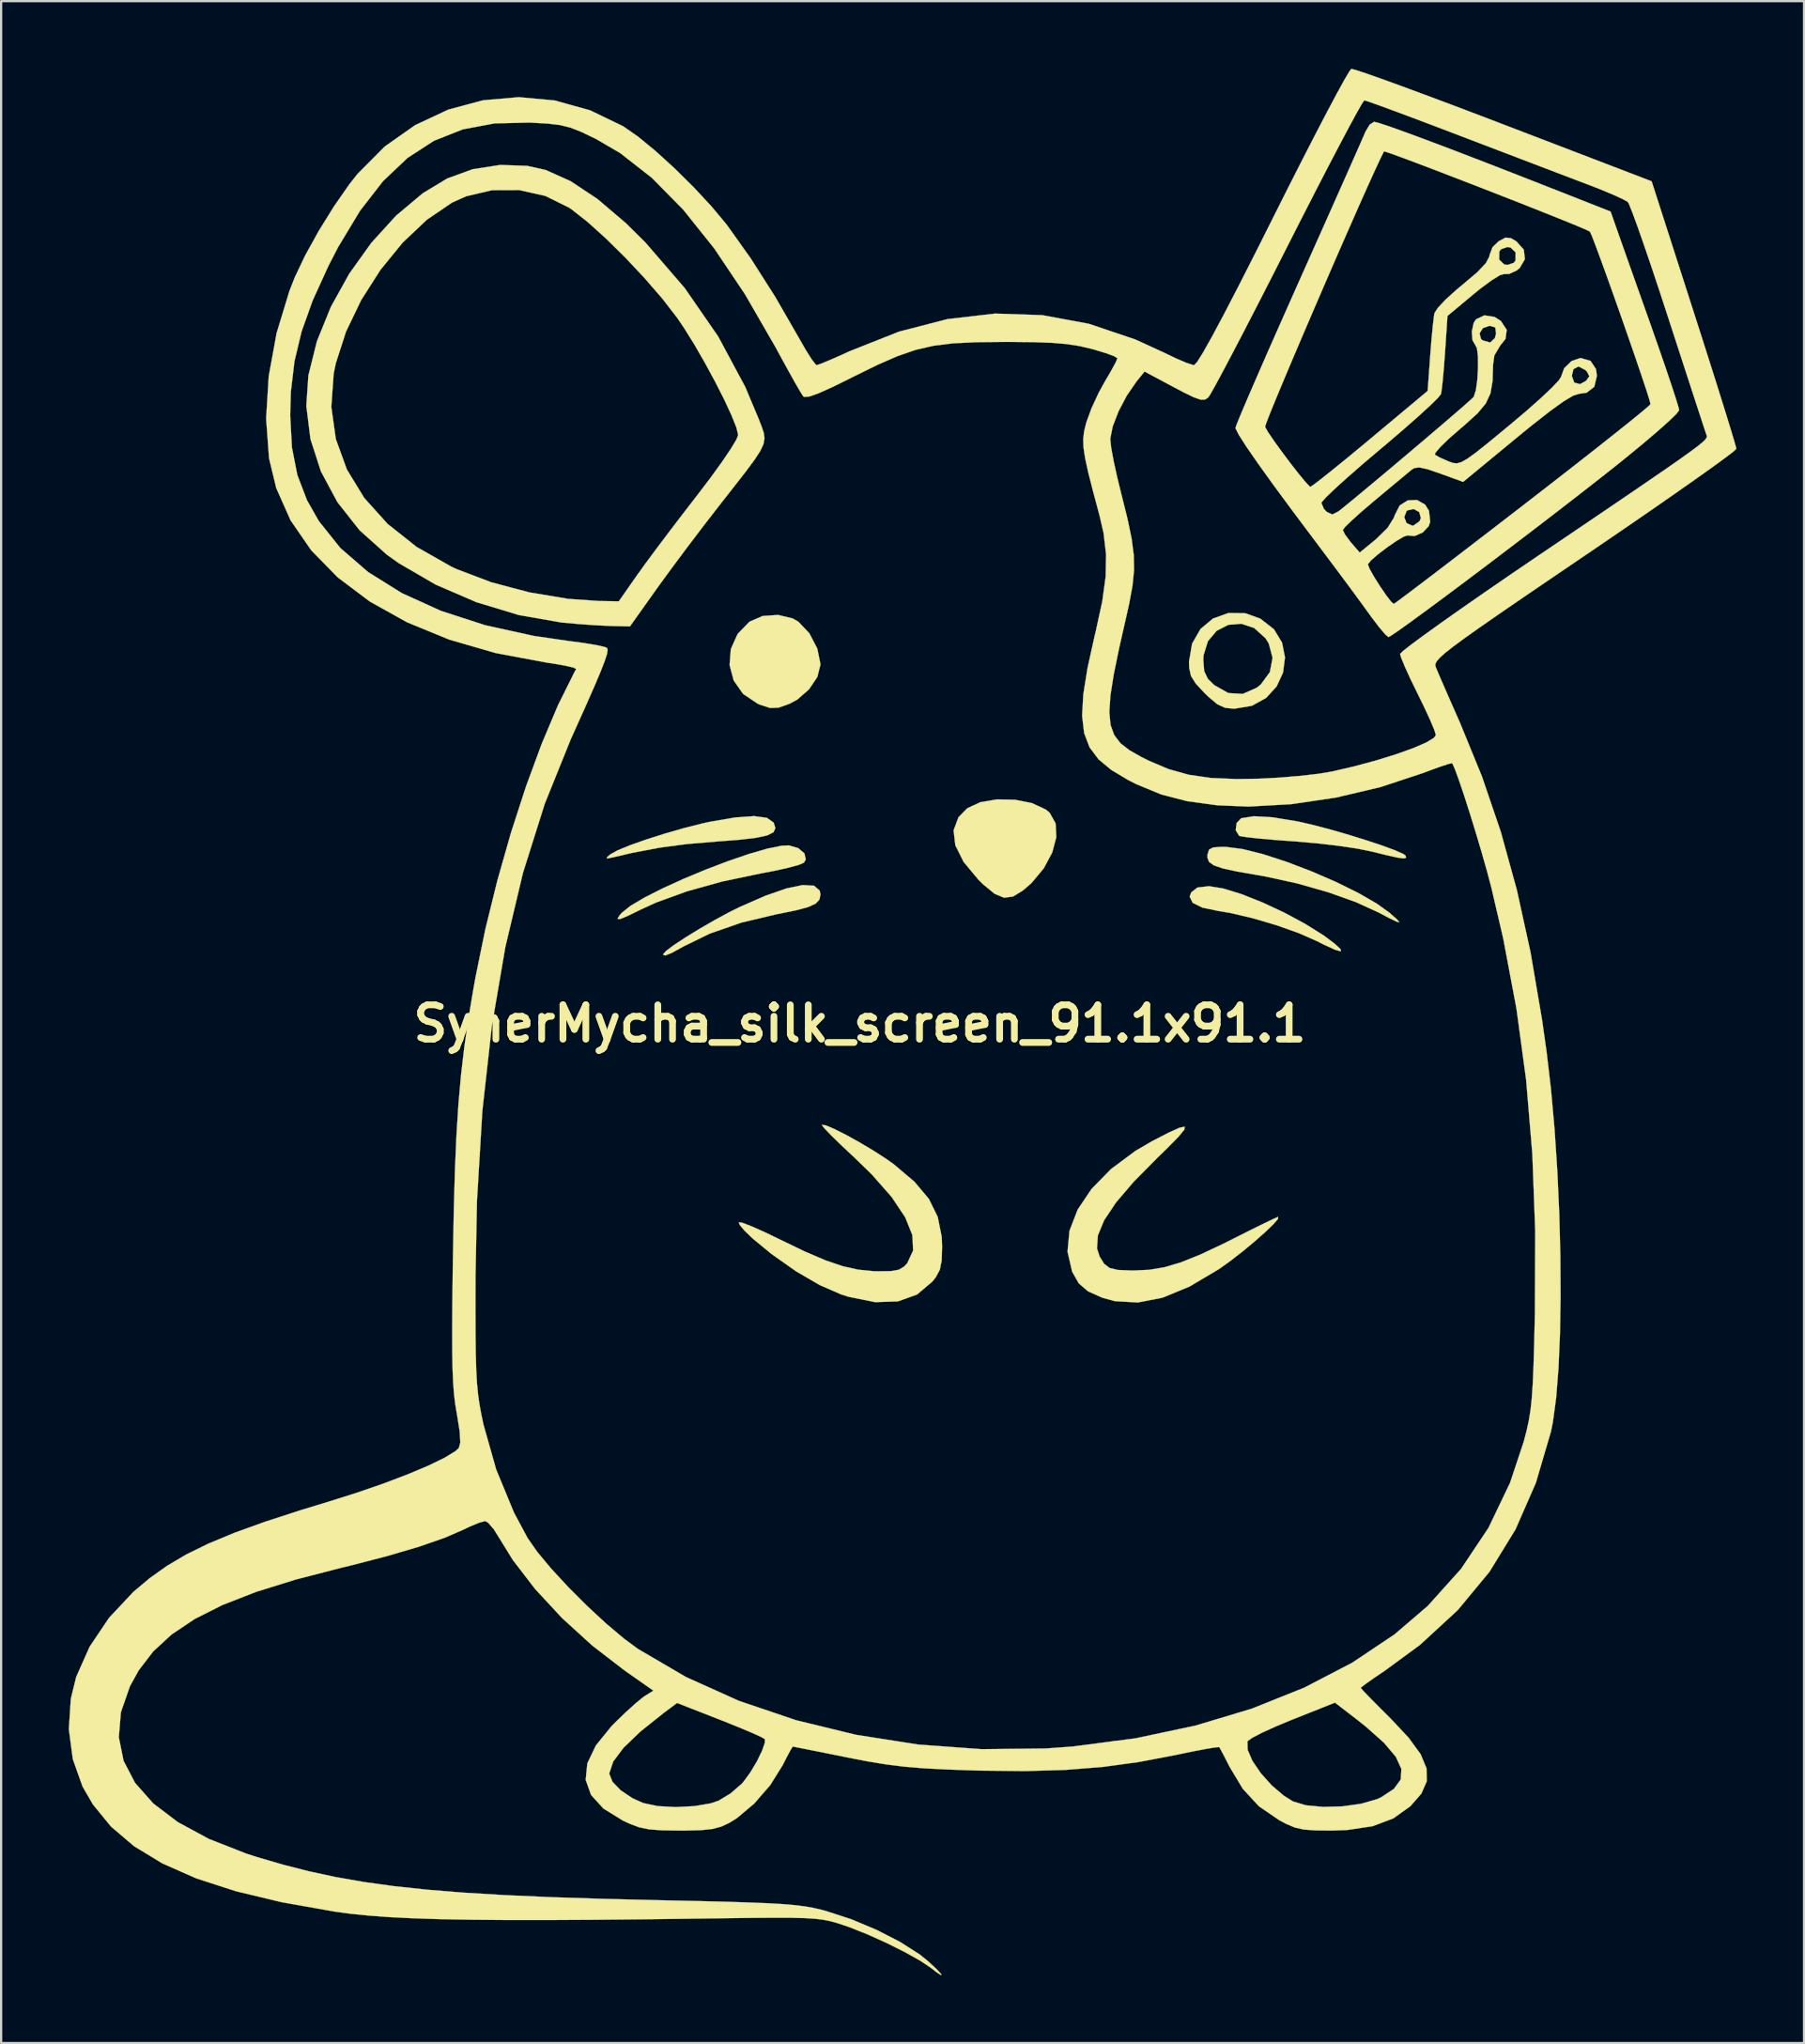
<source format=kicad_pcb>
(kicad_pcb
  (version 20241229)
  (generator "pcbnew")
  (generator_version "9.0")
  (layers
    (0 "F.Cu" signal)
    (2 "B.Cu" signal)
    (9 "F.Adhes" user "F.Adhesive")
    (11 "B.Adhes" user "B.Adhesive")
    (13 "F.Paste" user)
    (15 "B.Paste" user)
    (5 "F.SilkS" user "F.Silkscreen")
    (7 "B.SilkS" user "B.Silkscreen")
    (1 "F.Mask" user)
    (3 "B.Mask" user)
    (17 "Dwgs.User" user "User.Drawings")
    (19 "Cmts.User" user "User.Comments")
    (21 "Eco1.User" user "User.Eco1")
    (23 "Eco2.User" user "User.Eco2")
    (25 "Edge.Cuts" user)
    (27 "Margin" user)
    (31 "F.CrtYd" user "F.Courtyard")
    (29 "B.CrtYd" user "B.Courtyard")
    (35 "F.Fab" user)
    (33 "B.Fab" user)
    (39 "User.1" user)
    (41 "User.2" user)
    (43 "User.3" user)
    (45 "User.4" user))
  (footprint "SynerMycha_silk_screen_91.1x91.1"
    (layer "F.Cu")
    (at 35.099 42.358)
    (property "Reference" "SynerMycha_silk_screen_91.1x91.1" (at 0 0 0) (layer "F.SilkS") (effects (font (size 1.524 1.524) (thickness 0.3))))
    (attr through_hole)
    (fp_poly (pts (xy -2.979 -17.975) (xy -2.726 -17.83) (xy -2.238 -17.314) (xy -1.887 -16.639) (xy -1.747 -15.95) (xy -1.746 -15.927) (xy -1.885 -15.379) (xy -2.253 -14.83) (xy -2.776 -14.373) (xy -3.123 -14.187) (xy -3.605 -14.017) (xy -3.982 -14.004) (xy -4.425 -14.147) (xy -4.538 -14.196) (xy -5.179 -14.627) (xy -5.595 -15.22) (xy -5.778 -15.906) (xy -5.722 -16.619) (xy -5.42 -17.29) (xy -4.894 -17.831) (xy -4.312 -18.083) (xy -3.627 -18.13) (xy -2.979 -17.975)) (stroke (width 0.01) (type solid)) (fill yes) (layer "F.SilkS"))
    (fp_poly (pts (xy 6.89 -9.932) (xy 7.645 -9.781) (xy 8.251 -9.499) (xy 8.422 -9.358) (xy 8.687 -8.884) (xy 8.719 -8.276) (xy 8.539 -7.594) (xy 8.166 -6.896) (xy 7.622 -6.241) (xy 7.241 -5.91) (xy 6.802 -5.64) (xy 6.404 -5.585) (xy 5.982 -5.759) (xy 5.473 -6.178) (xy 5.258 -6.39) (xy 4.605 -7.176) (xy 4.238 -7.91) (xy 4.161 -8.575) (xy 4.377 -9.156) (xy 4.765 -9.552) (xy 5.346 -9.823) (xy 6.089 -9.948) (xy 6.89 -9.932)) (stroke (width 0.01) (type solid)) (fill yes) (layer "F.SilkS"))
    (fp_poly (pts (xy 15.499 -6.096) (xy 16.124 -5.996) (xy 16.934 -5.747) (xy 17.858 -5.38) (xy 18.822 -4.931) (xy 19.753 -4.431) (xy 20.577 -3.915) (xy 21.052 -3.561) (xy 21.332 -3.303) (xy 21.346 -3.207) (xy 21.101 -3.272) (xy 20.603 -3.498) (xy 20.289 -3.657) (xy 19.483 -4.013) (xy 18.487 -4.367) (xy 17.423 -4.68) (xy 16.416 -4.914) (xy 15.927 -4.995) (xy 15.198 -5.147) (xy 14.766 -5.362) (xy 14.636 -5.636) (xy 14.705 -5.825) (xy 14.981 -6.038) (xy 15.479 -6.096) (xy 15.499 -6.096)) (stroke (width 0.01) (type solid)) (fill yes) (layer "F.SilkS"))
    (fp_poly (pts (xy -4.125 -9.131) (xy -3.829 -8.924) (xy -3.819 -8.907) (xy -3.745 -8.672) (xy -3.831 -8.49) (xy -4.108 -8.35) (xy -4.608 -8.242) (xy -5.366 -8.154) (xy -6.261 -8.086) (xy -7.661 -7.968) (xy -8.894 -7.805) (xy -10.11 -7.573) (xy -10.954 -7.376) (xy -11.221 -7.323) (xy -11.211 -7.388) (xy -11.067 -7.511) (xy -10.75 -7.687) (xy -10.193 -7.915) (xy -9.468 -8.171) (xy -8.644 -8.433) (xy -7.792 -8.677) (xy -6.981 -8.882) (xy -6.635 -8.957) (xy -5.52 -9.148) (xy -4.686 -9.206) (xy -4.125 -9.131)) (stroke (width 0.01) (type solid)) (fill yes) (layer "F.SilkS"))
    (fp_poly (pts (xy -2.031 -6.117) (xy -1.779 -5.903) (xy -1.746 -5.726) (xy -1.791 -5.502) (xy -1.957 -5.325) (xy -2.292 -5.173) (xy -2.843 -5.025) (xy -3.659 -4.859) (xy -3.711 -4.849) (xy -5.25 -4.483) (xy -6.659 -3.993) (xy -7.83 -3.421) (xy -8.347 -3.136) (xy -8.636 -3.021) (xy -8.731 -3.066) (xy -8.731 -3.073) (xy -8.601 -3.222) (xy -8.249 -3.485) (xy -7.734 -3.825) (xy -7.114 -4.205) (xy -6.448 -4.59) (xy -5.794 -4.944) (xy -5.349 -5.165) (xy -4.195 -5.671) (xy -3.25 -6) (xy -2.525 -6.149) (xy -2.031 -6.117)) (stroke (width 0.01) (type solid)) (fill yes) (layer "F.SilkS"))
    (fp_poly (pts (xy -2.727 -7.783) (xy -2.457 -7.55) (xy -2.396 -7.282) (xy -2.479 -7.141) (xy -2.697 -7.046) (xy -3.158 -6.919) (xy -3.79 -6.778) (xy -4.419 -6.658) (xy -6.11 -6.304) (xy -7.674 -5.868) (xy -9.039 -5.373) (xy -9.719 -5.061) (xy -10.305 -4.775) (xy -10.64 -4.639) (xy -10.751 -4.649) (xy -10.662 -4.8) (xy -10.563 -4.915) (xy -10.179 -5.223) (xy -9.555 -5.593) (xy -8.749 -6.001) (xy -7.823 -6.422) (xy -6.835 -6.834) (xy -5.845 -7.211) (xy -4.913 -7.529) (xy -4.099 -7.765) (xy -3.463 -7.894) (xy -3.145 -7.907) (xy -2.727 -7.783)) (stroke (width 0.01) (type solid)) (fill yes) (layer "F.SilkS"))
    (fp_poly (pts (xy 16.272 -7.838) (xy 16.984 -7.745) (xy 17.896 -7.516) (xy 18.936 -7.178) (xy 20.032 -6.76) (xy 21.113 -6.292) (xy 22.108 -5.803) (xy 22.945 -5.32) (xy 23.495 -4.923) (xy 23.827 -4.633) (xy 23.943 -4.499) (xy 23.827 -4.52) (xy 23.462 -4.696) (xy 23.019 -4.93) (xy 22.008 -5.392) (xy 20.774 -5.831) (xy 19.413 -6.218) (xy 18.02 -6.524) (xy 17.621 -6.594) (xy 16.726 -6.75) (xy 16.102 -6.886) (xy 15.706 -7.023) (xy 15.494 -7.176) (xy 15.422 -7.366) (xy 15.429 -7.512) (xy 15.496 -7.718) (xy 15.675 -7.817) (xy 16.053 -7.842) (xy 16.272 -7.838)) (stroke (width 0.01) (type solid)) (fill yes) (layer "F.SilkS"))
    (fp_poly (pts (xy 18.308 -9.154) (xy 19.417 -8.972) (xy 19.493 -8.956) (xy 20.155 -8.803) (xy 20.921 -8.6) (xy 21.728 -8.366) (xy 22.514 -8.121) (xy 23.217 -7.886) (xy 23.776 -7.678) (xy 24.127 -7.52) (xy 24.213 -7.455) (xy 24.239 -7.36) (xy 24.132 -7.329) (xy 23.847 -7.367) (xy 23.34 -7.48) (xy 22.701 -7.638) (xy 22.083 -7.763) (xy 21.252 -7.887) (xy 20.31 -7.997) (xy 19.361 -8.08) (xy 19.248 -8.088) (xy 18.426 -8.148) (xy 17.714 -8.211) (xy 17.174 -8.27) (xy 16.868 -8.32) (xy 16.827 -8.335) (xy 16.679 -8.58) (xy 16.717 -8.896) (xy 16.919 -9.111) (xy 16.92 -9.111) (xy 17.474 -9.201) (xy 18.308 -9.154)) (stroke (width 0.01) (type solid)) (fill yes) (layer "F.SilkS"))
    (fp_poly (pts (xy 17.105 -18.205) (xy 17.77 -17.966) (xy 18.377 -17.493) (xy 18.736 -16.899) (xy 18.865 -16.241) (xy 18.779 -15.575) (xy 18.495 -14.959) (xy 18.029 -14.449) (xy 17.397 -14.1) (xy 16.617 -13.97) (xy 16.611 -13.97) (xy 16.211 -14.009) (xy 15.868 -14.164) (xy 15.474 -14.492) (xy 15.298 -14.663) (xy 14.902 -15.089) (xy 14.693 -15.425) (xy 14.614 -15.784) (xy 14.606 -16.053) (xy 14.62 -16.134) (xy 15.24 -16.134) (xy 15.28 -15.635) (xy 15.446 -15.292) (xy 15.728 -15.016) (xy 16.351 -14.665) (xy 16.99 -14.627) (xy 17.612 -14.901) (xy 17.792 -15.046) (xy 18.194 -15.595) (xy 18.314 -16.227) (xy 18.145 -16.863) (xy 18 -17.095) (xy 17.499 -17.549) (xy 16.927 -17.74) (xy 16.35 -17.691) (xy 15.834 -17.426) (xy 15.445 -16.967) (xy 15.251 -16.338) (xy 15.24 -16.134) (xy 14.62 -16.134) (xy 14.743 -16.857) (xy 15.117 -17.508) (xy 15.672 -17.972) (xy 16.353 -18.215) (xy 17.105 -18.205)) (stroke (width 0.01) (type solid)) (fill yes) (layer "F.SilkS"))
    (fp_poly (pts (xy 14.398 4.703) (xy 14.134 5.024) (xy 13.626 5.54) (xy 13.209 5.945) (xy 12.156 7.01) (xy 11.369 7.931) (xy 10.84 8.723) (xy 10.561 9.399) (xy 10.524 9.975) (xy 10.644 10.339) (xy 10.843 10.655) (xy 11.084 10.839) (xy 11.453 10.926) (xy 12.037 10.951) (xy 12.155 10.951) (xy 12.842 10.919) (xy 13.518 10.805) (xy 14.245 10.59) (xy 15.088 10.252) (xy 16.109 9.772) (xy 16.604 9.524) (xy 17.304 9.172) (xy 17.898 8.879) (xy 18.33 8.671) (xy 18.547 8.576) (xy 18.56 8.572) (xy 18.555 8.662) (xy 18.346 8.903) (xy 17.982 9.252) (xy 17.511 9.668) (xy 16.981 10.107) (xy 16.439 10.528) (xy 15.935 10.888) (xy 15.923 10.896) (xy 14.62 11.667) (xy 13.432 12.156) (xy 12.338 12.369) (xy 11.315 12.31) (xy 10.754 12.156) (xy 10.124 11.873) (xy 9.714 11.52) (xy 9.426 11.011) (xy 9.421 10.999) (xy 9.216 10.114) (xy 9.303 9.188) (xy 9.665 8.25) (xy 10.285 7.328) (xy 11.145 6.45) (xy 12.228 5.645) (xy 12.963 5.216) (xy 13.701 4.835) (xy 14.184 4.617) (xy 14.415 4.57) (xy 14.398 4.703)) (stroke (width 0.01) (type solid)) (fill yes) (layer "F.SilkS"))
    (fp_poly (pts (xy -1.505 4.513) (xy -1.123 4.675) (xy -0.601 4.939) (xy -0.002 5.271) (xy 0.61 5.636) (xy 1.173 5.999) (xy 1.508 6.237) (xy 2.426 7.014) (xy 3.065 7.775) (xy 3.457 8.572) (xy 3.634 9.46) (xy 3.651 9.902) (xy 3.632 10.507) (xy 3.551 10.915) (xy 3.376 11.243) (xy 3.222 11.439) (xy 2.541 12.015) (xy 1.694 12.32) (xy 0.682 12.354) (xy -0.495 12.117) (xy -0.835 12.009) (xy -1.779 11.597) (xy -2.833 10.984) (xy -3.916 10.22) (xy -4.756 9.529) (xy -5.116 9.183) (xy -5.334 8.919) (xy -5.368 8.808) (xy -5.198 8.837) (xy -4.803 8.989) (xy -4.243 9.238) (xy -3.575 9.559) (xy -3.549 9.572) (xy -2.434 10.11) (xy -1.524 10.499) (xy -0.757 10.76) (xy -0.071 10.913) (xy 0.599 10.98) (xy 0.809 10.985) (xy 1.381 10.977) (xy 1.737 10.914) (xy 1.974 10.768) (xy 2.108 10.621) (xy 2.365 10.063) (xy 2.333 9.385) (xy 2.015 8.593) (xy 1.415 7.693) (xy 0.534 6.692) (xy -0.259 5.921) (xy -0.814 5.402) (xy -1.264 4.964) (xy -1.568 4.647) (xy -1.685 4.495) (xy -1.684 4.488) (xy -1.505 4.513)) (stroke (width 0.01) (type solid)) (fill yes) (layer "F.SilkS"))
    (fp_poly (pts (xy -14.757 -38.051) (xy -13.936 -37.867) (xy -12.831 -37.371) (xy -11.639 -36.581) (xy -10.371 -35.501) (xy -9.507 -34.645) (xy -7.768 -32.629) (xy -6.286 -30.485) (xy -5.084 -28.247) (xy -4.497 -26.849) (xy -4.359 -26.496) (xy -4.263 -26.215) (xy -4.228 -25.968) (xy -4.273 -25.711) (xy -4.416 -25.404) (xy -4.677 -25.004) (xy -5.073 -24.471) (xy -5.624 -23.764) (xy -6.271 -22.939) (xy -6.936 -22.079) (xy -7.645 -21.146) (xy -8.323 -20.236) (xy -8.899 -19.449) (xy -9.042 -19.248) (xy -10.199 -17.621) (xy -11.092 -17.642) (xy -11.71 -17.671) (xy -12.478 -17.726) (xy -13.235 -17.795) (xy -13.254 -17.797) (xy -15.124 -18.124) (xy -17.01 -18.695) (xy -18.819 -19.475) (xy -20.461 -20.429) (xy -20.987 -20.804) (xy -22.197 -21.888) (xy -23.176 -23.13) (xy -23.908 -24.491) (xy -24.374 -25.93) (xy -24.552 -27.356) (xy -23.449 -27.356) (xy -23.249 -25.934) (xy -22.758 -24.581) (xy -21.988 -23.32) (xy -20.953 -22.169) (xy -19.665 -21.148) (xy -18.135 -20.278) (xy -17.878 -20.158) (xy -16.351 -19.579) (xy -14.658 -19.13) (xy -12.934 -18.843) (xy -11.578 -18.748) (xy -10.695 -18.733) (xy -9.89 -19.883) (xy -9.523 -20.394) (xy -9.01 -21.086) (xy -8.402 -21.893) (xy -7.75 -22.746) (xy -7.241 -23.404) (xy -6.637 -24.198) (xy -6.122 -24.909) (xy -5.725 -25.496) (xy -5.474 -25.915) (xy -5.397 -26.114) (xy -5.477 -26.446) (xy -5.694 -26.989) (xy -6.018 -27.687) (xy -6.421 -28.479) (xy -6.871 -29.31) (xy -7.338 -30.12) (xy -7.793 -30.852) (xy -8.106 -31.313) (xy -8.753 -32.15) (xy -9.538 -33.058) (xy -10.398 -33.974) (xy -11.27 -34.834) (xy -12.092 -35.574) (xy -12.801 -36.13) (xy -12.899 -36.196) (xy -13.952 -36.717) (xy -15.115 -36.976) (xy -16.314 -36.972) (xy -17.472 -36.7) (xy -18.092 -36.421) (xy -19.212 -35.659) (xy -20.286 -34.642) (xy -21.271 -33.434) (xy -22.122 -32.099) (xy -22.796 -30.698) (xy -23.249 -29.296) (xy -23.345 -28.83) (xy -23.449 -27.356) (xy -24.552 -27.356) (xy -24.558 -27.409) (xy -24.466 -28.754) (xy -24.087 -30.272) (xy -23.469 -31.795) (xy -22.652 -33.268) (xy -21.674 -34.635) (xy -20.574 -35.843) (xy -19.39 -36.836) (xy -18.307 -37.491) (xy -17.177 -37.901) (xy -15.958 -38.091) (xy -14.757 -38.051)) (stroke (width 0.01) (type solid)) (fill yes) (layer "F.SilkS"))
    (fp_poly (pts (xy 23.05 -39.947) (xy 23.554 -39.779) (xy 24.308 -39.508) (xy 25.289 -39.144) (xy 26.475 -38.695) (xy 27.844 -38.168) (xy 29.373 -37.573) (xy 30.507 -37.128) (xy 33.312 -36.024) (xy 33.547 -35.355) (xy 33.666 -35.017) (xy 33.873 -34.431) (xy 34.15 -33.649) (xy 34.479 -32.721) (xy 34.841 -31.7) (xy 35.068 -31.062) (xy 35.426 -30.041) (xy 35.747 -29.113) (xy 36.014 -28.322) (xy 36.213 -27.711) (xy 36.329 -27.324) (xy 36.354 -27.212) (xy 36.235 -27.052) (xy 35.901 -26.727) (xy 35.389 -26.271) (xy 34.733 -25.714) (xy 33.971 -25.088) (xy 33.619 -24.805) (xy 32.83 -24.181) (xy 31.928 -23.477) (xy 30.944 -22.716) (xy 29.91 -21.922) (xy 28.855 -21.118) (xy 27.813 -20.328) (xy 26.813 -19.575) (xy 25.886 -18.883) (xy 25.065 -18.276) (xy 24.38 -17.776) (xy 23.862 -17.407) (xy 23.543 -17.192) (xy 23.454 -17.147) (xy 23.313 -17.266) (xy 23.042 -17.586) (xy 22.694 -18.044) (xy 22.581 -18.2) (xy 22.22 -18.698) (xy 21.721 -19.377) (xy 21.136 -20.163) (xy 20.52 -20.985) (xy 20.197 -21.415) (xy 19.199 -22.746) (xy 18.353 -23.893) (xy 17.67 -24.844) (xy 17.157 -25.586) (xy 16.822 -26.108) (xy 16.675 -26.397) (xy 16.669 -26.432) (xy 16.683 -26.472) (xy 17.981 -26.472) (xy 17.982 -26.47) (xy 18.116 -26.235) (xy 18.383 -25.843) (xy 18.733 -25.359) (xy 19.115 -24.85) (xy 19.481 -24.381) (xy 19.781 -24.018) (xy 19.964 -23.827) (xy 19.991 -23.812) (xy 20.14 -23.91) (xy 20.494 -24.182) (xy 21.016 -24.598) (xy 21.669 -25.129) (xy 22.414 -25.745) (xy 22.648 -25.94) (xy 25.195 -28.068) (xy 25.308 -29.631) (xy 25.364 -30.338) (xy 25.423 -30.953) (xy 25.475 -31.389) (xy 25.499 -31.522) (xy 25.653 -31.76) (xy 26 -32.128) (xy 26.48 -32.562) (xy 26.758 -32.792) (xy 27.394 -33.331) (xy 27.778 -33.736) (xy 27.859 -33.891) (xy 28.368 -33.891) (xy 28.592 -33.678) (xy 28.738 -33.655) (xy 29.016 -33.75) (xy 29.094 -33.853) (xy 29.099 -34.212) (xy 28.875 -34.426) (xy 28.73 -34.449) (xy 28.452 -34.354) (xy 28.373 -34.25) (xy 28.368 -33.891) (xy 27.859 -33.891) (xy 27.933 -34.031) (xy 27.939 -34.088) (xy 28.07 -34.44) (xy 28.337 -34.701) (xy 28.648 -34.869) (xy 28.892 -34.842) (xy 29.131 -34.701) (xy 29.46 -34.336) (xy 29.509 -33.911) (xy 29.278 -33.517) (xy 29.138 -33.407) (xy 28.808 -33.254) (xy 28.585 -33.252) (xy 28.401 -33.2) (xy 28.04 -32.978) (xy 27.561 -32.626) (xy 27.248 -32.372) (xy 26.073 -31.392) (xy 25.966 -29.785) (xy 25.913 -29.08) (xy 25.858 -28.477) (xy 25.809 -28.058) (xy 25.785 -27.924) (xy 25.645 -27.751) (xy 25.298 -27.41) (xy 24.778 -26.935) (xy 24.124 -26.359) (xy 23.372 -25.716) (xy 23.095 -25.484) (xy 22.323 -24.83) (xy 21.642 -24.236) (xy 21.086 -23.733) (xy 20.692 -23.355) (xy 20.495 -23.133) (xy 20.479 -23.098) (xy 20.59 -22.837) (xy 20.717 -22.701) (xy 20.965 -22.586) (xy 21.233 -22.721) (xy 21.6 -23.015) (xy 22.124 -23.446) (xy 22.765 -23.98) (xy 23.483 -24.58) (xy 24.236 -25.215) (xy 24.985 -25.849) (xy 25.689 -26.448) (xy 26.307 -26.978) (xy 26.799 -27.404) (xy 27.124 -27.693) (xy 27.241 -27.807) (xy 27.334 -28.098) (xy 27.398 -28.562) (xy 27.43 -29.094) (xy 27.426 -29.593) (xy 27.383 -29.954) (xy 27.325 -30.071) (xy 27.184 -30.316) (xy 27.161 -30.619) (xy 27.497 -30.619) (xy 27.564 -30.371) (xy 27.639 -30.308) (xy 27.968 -30.214) (xy 28.177 -30.41) (xy 28.229 -30.611) (xy 28.195 -30.884) (xy 27.946 -30.956) (xy 27.643 -30.852) (xy 27.497 -30.619) (xy 27.161 -30.619) (xy 27.155 -30.704) (xy 27.237 -31.084) (xy 27.337 -31.242) (xy 27.714 -31.419) (xy 28.163 -31.35) (xy 28.443 -31.17) (xy 28.703 -30.777) (xy 28.648 -30.371) (xy 28.416 -30.083) (xy 28.153 -29.64) (xy 28.097 -29.225) (xy 28.074 -28.502) (xy 27.981 -27.959) (xy 27.774 -27.511) (xy 27.409 -27.073) (xy 26.843 -26.559) (xy 26.644 -26.39) (xy 26.137 -25.948) (xy 25.754 -25.576) (xy 25.539 -25.322) (xy 25.516 -25.238) (xy 25.738 -25.112) (xy 26.111 -24.947) (xy 26.14 -24.936) (xy 26.323 -24.871) (xy 26.493 -24.854) (xy 26.691 -24.909) (xy 26.957 -25.059) (xy 27.331 -25.33) (xy 27.854 -25.746) (xy 28.566 -26.332) (xy 28.878 -26.59) (xy 29.591 -27.193) (xy 30.211 -27.743) (xy 30.697 -28.201) (xy 31.011 -28.532) (xy 31.115 -28.694) (xy 31.131 -28.738) (xy 31.591 -28.738) (xy 31.699 -28.437) (xy 31.958 -28.368) (xy 32.221 -28.515) (xy 32.368 -28.715) (xy 32.271 -28.912) (xy 32.196 -28.991) (xy 31.891 -29.153) (xy 31.664 -29.033) (xy 31.591 -28.738) (xy 31.131 -28.738) (xy 31.251 -29.073) (xy 31.577 -29.391) (xy 31.971 -29.527) (xy 31.981 -29.527) (xy 32.423 -29.399) (xy 32.664 -29.035) (xy 32.703 -28.734) (xy 32.588 -28.249) (xy 32.248 -27.987) (xy 31.914 -27.94) (xy 31.655 -27.859) (xy 31.231 -27.607) (xy 30.625 -27.171) (xy 29.818 -26.54) (xy 29.139 -25.986) (xy 26.77 -24.032) (xy 25.746 -24.404) (xy 25.181 -24.596) (xy 24.826 -24.673) (xy 24.6 -24.645) (xy 24.466 -24.559) (xy 24.244 -24.373) (xy 23.838 -24.035) (xy 23.311 -23.596) (xy 22.82 -23.187) (xy 22.268 -22.717) (xy 21.82 -22.314) (xy 21.525 -22.025) (xy 21.431 -21.899) (xy 21.526 -21.701) (xy 21.759 -21.387) (xy 21.805 -21.331) (xy 22.18 -20.897) (xy 22.906 -21.492) (xy 23.417 -21.993) (xy 23.706 -22.458) (xy 23.707 -22.463) (xy 24.155 -22.463) (xy 24.262 -22.202) (xy 24.512 -22.09) (xy 24.564 -22.096) (xy 24.829 -22.279) (xy 24.894 -22.426) (xy 24.821 -22.693) (xy 24.576 -22.829) (xy 24.298 -22.768) (xy 24.257 -22.733) (xy 24.155 -22.463) (xy 23.707 -22.463) (xy 23.738 -22.564) (xy 23.954 -22.987) (xy 24.314 -23.213) (xy 24.721 -23.23) (xy 25.081 -23.026) (xy 25.253 -22.749) (xy 25.308 -22.265) (xy 25.241 -22.067) (xy 24.977 -21.788) (xy 24.619 -21.63) (xy 24.312 -21.655) (xy 24.308 -21.657) (xy 24.136 -21.605) (xy 23.804 -21.408) (xy 23.396 -21.126) (xy 22.995 -20.821) (xy 22.683 -20.552) (xy 22.544 -20.379) (xy 22.543 -20.37) (xy 22.621 -20.169) (xy 22.821 -19.816) (xy 23.084 -19.399) (xy 23.355 -19.003) (xy 23.577 -18.715) (xy 23.691 -18.618) (xy 23.837 -18.72) (xy 24.208 -18.996) (xy 24.779 -19.427) (xy 25.524 -19.993) (xy 26.416 -20.675) (xy 27.431 -21.454) (xy 28.542 -22.308) (xy 29.446 -23.005) (xy 30.61 -23.907) (xy 31.694 -24.751) (xy 32.671 -25.517) (xy 33.516 -26.186) (xy 34.205 -26.737) (xy 34.711 -27.15) (xy 35.01 -27.405) (xy 35.084 -27.482) (xy 35.033 -27.68) (xy 34.892 -28.124) (xy 34.678 -28.765) (xy 34.41 -29.553) (xy 34.104 -30.437) (xy 33.779 -31.368) (xy 33.451 -32.295) (xy 33.138 -33.17) (xy 32.858 -33.941) (xy 32.629 -34.559) (xy 32.468 -34.974) (xy 32.393 -35.135) (xy 32.226 -35.217) (xy 31.81 -35.394) (xy 31.189 -35.647) (xy 30.407 -35.96) (xy 29.508 -36.317) (xy 28.534 -36.699) (xy 27.529 -37.091) (xy 26.537 -37.475) (xy 25.602 -37.835) (xy 24.766 -38.153) (xy 24.074 -38.412) (xy 23.569 -38.595) (xy 23.295 -38.687) (xy 23.257 -38.693) (xy 23.099 -38.376) (xy 22.844 -37.827) (xy 22.507 -37.084) (xy 22.105 -36.182) (xy 21.655 -35.16) (xy 21.171 -34.055) (xy 20.671 -32.903) (xy 20.17 -31.741) (xy 19.684 -30.608) (xy 19.228 -29.54) (xy 18.821 -28.573) (xy 18.476 -27.746) (xy 18.21 -27.096) (xy 18.04 -26.659) (xy 17.981 -26.472) (xy 16.683 -26.472) (xy 16.732 -26.612) (xy 16.911 -27.05) (xy 17.195 -27.717) (xy 17.569 -28.581) (xy 18.019 -29.613) (xy 18.534 -30.78) (xy 19.099 -32.054) (xy 19.464 -32.874) (xy 20.06 -34.209) (xy 20.621 -35.467) (xy 21.132 -36.615) (xy 21.579 -37.622) (xy 21.948 -38.454) (xy 22.224 -39.08) (xy 22.393 -39.467) (xy 22.436 -39.568) (xy 22.624 -39.881) (xy 22.818 -40.005) (xy 23.05 -39.947)) (stroke (width 0.01) (type solid)) (fill yes) (layer "F.SilkS"))
    (fp_poly (pts (xy 21.994 -42.307) (xy 22.445 -42.158) (xy 23.129 -41.917) (xy 24.017 -41.595) (xy 25.077 -41.203) (xy 26.278 -40.754) (xy 27.589 -40.257) (xy 28.57 -39.882) (xy 35.133 -37.366) (xy 37.013 -31.522) (xy 37.431 -30.218) (xy 37.817 -29.007) (xy 38.159 -27.921) (xy 38.448 -26.995) (xy 38.673 -26.262) (xy 38.823 -25.757) (xy 38.889 -25.514) (xy 38.89 -25.499) (xy 38.762 -25.378) (xy 38.395 -25.097) (xy 37.814 -24.674) (xy 37.043 -24.126) (xy 36.108 -23.47) (xy 35.032 -22.723) (xy 33.841 -21.904) (xy 32.56 -21.03) (xy 32.149 -20.751) (xy 30.642 -19.728) (xy 29.378 -18.867) (xy 28.336 -18.152) (xy 27.496 -17.569) (xy 26.837 -17.101) (xy 26.338 -16.734) (xy 25.98 -16.452) (xy 25.741 -16.239) (xy 25.602 -16.082) (xy 25.54 -15.963) (xy 25.537 -15.869) (xy 25.548 -15.83) (xy 25.66 -15.563) (xy 25.874 -15.068) (xy 26.162 -14.407) (xy 26.499 -13.643) (xy 26.635 -13.335) (xy 27.604 -10.965) (xy 28.439 -8.515) (xy 29.152 -5.933) (xy 29.759 -3.169) (xy 30.271 -0.17) (xy 30.473 1.257) (xy 30.667 2.918) (xy 30.826 4.696) (xy 30.948 6.546) (xy 31.034 8.423) (xy 31.082 10.28) (xy 31.093 12.072) (xy 31.066 13.753) (xy 31 15.279) (xy 30.895 16.603) (xy 30.75 17.679) (xy 30.665 18.098) (xy 29.996 20.371) (xy 29.091 22.438) (xy 27.939 24.314) (xy 26.53 26.016) (xy 24.85 27.562) (xy 23.297 28.701) (xy 22.801 29.037) (xy 22.427 29.301) (xy 22.237 29.45) (xy 22.225 29.465) (xy 22.331 29.589) (xy 22.62 29.889) (xy 23.047 30.321) (xy 23.558 30.83) (xy 24.354 31.679) (xy 24.881 32.403) (xy 25.146 33.036) (xy 25.155 33.608) (xy 24.917 34.153) (xy 24.438 34.703) (xy 24.421 34.719) (xy 23.67 35.255) (xy 22.751 35.601) (xy 21.621 35.77) (xy 20.955 35.793) (xy 20.22 35.787) (xy 19.702 35.749) (xy 19.302 35.659) (xy 18.919 35.499) (xy 18.603 35.33) (xy 17.707 34.716) (xy 16.993 33.942) (xy 16.411 32.974) (xy 16.18 32.521) (xy 16.009 32.198) (xy 15.947 32.092) (xy 15.782 32.103) (xy 15.369 32.171) (xy 14.769 32.285) (xy 14.043 32.436) (xy 14.005 32.444) (xy 12.381 32.753) (xy 10.785 32.971) (xy 9.134 33.103) (xy 7.347 33.155) (xy 5.342 33.134) (xy 5.08 33.127) (xy 3.836 33.084) (xy 2.825 33.031) (xy 1.958 32.958) (xy 1.152 32.857) (xy 0.32 32.72) (xy -0.556 32.55) (xy -1.38 32.384) (xy -2.086 32.242) (xy -2.618 32.137) (xy -2.923 32.077) (xy -2.974 32.068) (xy -3.058 32.197) (xy -3.239 32.533) (xy -3.427 32.901) (xy -3.975 33.779) (xy -4.683 34.595) (xy -5.457 35.246) (xy -5.794 35.454) (xy -6.152 35.62) (xy -6.539 35.723) (xy -7.042 35.776) (xy -7.75 35.794) (xy -8.022 35.794) (xy -8.795 35.782) (xy -9.351 35.74) (xy -9.79 35.649) (xy -10.212 35.491) (xy -10.518 35.348) (xy -11.376 34.817) (xy -11.924 34.215) (xy -12.162 33.546) (xy -12.136 33.281) (xy -11.113 33.281) (xy -10.974 33.63) (xy -10.607 34.01) (xy -10.086 34.36) (xy -9.604 34.575) (xy -8.965 34.709) (xy -8.167 34.753) (xy -7.339 34.71) (xy -6.611 34.586) (xy -6.264 34.468) (xy -5.731 34.144) (xy -5.241 33.719) (xy -5.168 33.638) (xy -4.856 33.212) (xy -4.563 32.72) (xy -4.334 32.249) (xy -4.211 31.885) (xy -4.215 31.737) (xy -4.38 31.642) (xy -4.783 31.459) (xy -5.368 31.213) (xy -6.075 30.929) (xy -6.194 30.882) (xy -8.108 30.134) (xy -8.697 30.574) (xy -9.738 31.404) (xy -10.485 32.123) (xy -10.942 32.734) (xy -11.111 33.24) (xy -11.113 33.281) (xy -12.136 33.281) (xy -12.091 32.813) (xy -11.71 32.018) (xy -11.018 31.164) (xy -10.903 31.046) (xy -10.407 30.566) (xy -9.95 30.152) (xy -9.61 29.874) (xy -9.54 29.826) (xy -9.158 29.588) (xy -10.432 28.696) (xy -11.869 27.59) (xy -13.213 26.365) (xy -14.407 25.079) (xy -15.396 23.791) (xy -15.966 22.867) (xy -16.238 22.432) (xy -16.488 22.141) (xy -16.62 22.066) (xy -16.879 22.134) (xy -17.302 22.308) (xy -17.587 22.445) (xy -18.432 22.811) (xy -19.566 23.204) (xy -20.961 23.615) (xy -22.589 24.037) (xy -22.986 24.132) (xy -25.035 24.661) (xy -26.791 25.208) (xy -28.277 25.788) (xy -29.516 26.412) (xy -30.534 27.095) (xy -31.353 27.85) (xy -31.997 28.69) (xy -32.385 29.395) (xy -32.786 30.55) (xy -32.878 31.654) (xy -32.666 32.7) (xy -32.155 33.681) (xy -31.35 34.59) (xy -30.257 35.42) (xy -28.882 36.164) (xy -27.228 36.814) (xy -26.744 36.97) (xy -25.591 37.307) (xy -24.439 37.601) (xy -23.256 37.856) (xy -22.009 38.074) (xy -20.668 38.26) (xy -19.199 38.417) (xy -17.573 38.549) (xy -15.756 38.658) (xy -13.717 38.748) (xy -11.424 38.822) (xy -8.852 38.885) (xy -7.274 38.919) (xy -5.978 38.951) (xy -4.926 38.984) (xy -4.082 39.018) (xy -3.409 39.057) (xy -2.872 39.103) (xy -2.433 39.159) (xy -2.056 39.226) (xy -1.706 39.307) (xy -1.508 39.36) (xy -0.382 39.726) (xy 0.746 40.199) (xy 1.789 40.735) (xy 2.656 41.289) (xy 3.016 41.578) (xy 3.41 41.944) (xy 3.612 42.163) (xy 3.613 42.214) (xy 3.403 42.078) (xy 3.175 41.9) (xy 2.692 41.574) (xy 1.998 41.185) (xy 1.181 40.777) (xy 0.33 40.394) (xy -0.468 40.077) (xy -0.714 39.992) (xy -1.03 39.89) (xy -1.323 39.81) (xy -1.631 39.749) (xy -1.995 39.705) (xy -2.455 39.677) (xy -3.05 39.663) (xy -3.82 39.661) (xy -4.805 39.668) (xy -6.044 39.683) (xy -6.906 39.695) (xy -9.518 39.729) (xy -11.836 39.752) (xy -13.883 39.763) (xy -15.682 39.762) (xy -17.257 39.749) (xy -18.631 39.724) (xy -19.827 39.685) (xy -20.868 39.633) (xy -21.777 39.566) (xy -22.578 39.486) (xy -23.294 39.39) (xy -23.304 39.388) (xy -25.641 38.974) (xy -27.684 38.485) (xy -29.448 37.913) (xy -30.949 37.249) (xy -32.202 36.487) (xy -33.222 35.619) (xy -34.026 34.637) (xy -34.487 33.841) (xy -34.919 32.623) (xy -35.094 31.298) (xy -35.007 29.949) (xy -34.768 28.977) (xy -34.172 27.638) (xy -33.311 26.358) (xy -32.238 25.213) (xy -32.23 25.205) (xy -31.506 24.597) (xy -30.737 24.05) (xy -29.882 23.545) (xy -28.901 23.065) (xy -27.756 22.589) (xy -26.405 22.101) (xy -24.81 21.582) (xy -23.56 21.201) (xy -22.311 20.807) (xy -21.13 20.399) (xy -20.06 19.992) (xy -19.143 19.606) (xy -18.423 19.257) (xy -17.943 18.963) (xy -17.793 18.827) (xy -17.726 18.581) (xy -17.752 18.095) (xy -17.873 17.338) (xy -17.882 17.292) (xy -17.95 16.883) (xy -18.004 16.439) (xy -18.043 15.921) (xy -18.07 15.291) (xy -18.083 14.511) (xy -18.086 13.543) (xy -18.078 12.349) (xy -18.06 10.89) (xy -18.05 10.239) (xy -18.013 8.227) (xy -17.963 6.478) (xy -17.896 4.938) (xy -17.807 3.551) (xy -17.692 2.264) (xy -17.546 1.023) (xy -17.365 -0.228) (xy -17.144 -1.543) (xy -17.05 -2.064) (xy -16.616 -4.183) (xy -16.086 -6.334) (xy -15.48 -8.461) (xy -14.817 -10.505) (xy -14.115 -12.411) (xy -13.393 -14.121) (xy -12.669 -15.578) (xy -12.584 -15.731) (xy -12.705 -15.794) (xy -13.073 -15.88) (xy -13.619 -15.976) (xy -13.893 -16.016) (xy -16.149 -16.437) (xy -18.219 -17.036) (xy -20.088 -17.803) (xy -21.741 -18.725) (xy -23.163 -19.794) (xy -24.339 -20.996) (xy -25.254 -22.321) (xy -25.893 -23.759) (xy -26.212 -25.082) (xy -26.341 -26.842) (xy -26.332 -26.988) (xy -25.274 -26.988) (xy -25.198 -25.565) (xy -24.957 -24.339) (xy -24.529 -23.221) (xy -24.002 -22.292) (xy -23.047 -21.098) (xy -21.815 -20.032) (xy -20.323 -19.1) (xy -18.587 -18.312) (xy -16.627 -17.675) (xy -14.458 -17.198) (xy -12.938 -16.977) (xy -12.255 -16.887) (xy -11.691 -16.793) (xy -11.32 -16.71) (xy -11.218 -16.668) (xy -11.188 -16.582) (xy -11.215 -16.403) (xy -11.312 -16.1) (xy -11.49 -15.642) (xy -11.761 -15) (xy -12.139 -14.141) (xy -12.635 -13.035) (xy -12.822 -12.621) (xy -13.976 -9.761) (xy -14.944 -6.692) (xy -15.727 -3.403) (xy -16.328 0.113) (xy -16.747 3.868) (xy -16.987 7.87) (xy -17.051 11.192) (xy -17.053 12.598) (xy -17.05 13.732) (xy -17.04 14.639) (xy -17.019 15.366) (xy -16.986 15.957) (xy -16.937 16.458) (xy -16.871 16.915) (xy -16.785 17.373) (xy -16.699 17.78) (xy -16.133 19.779) (xy -15.342 21.693) (xy -14.737 22.822) (xy -14.307 23.437) (xy -13.685 24.183) (xy -12.929 25) (xy -12.1 25.829) (xy -11.257 26.61) (xy -10.461 27.281) (xy -9.841 27.738) (xy -7.711 28.984) (xy -5.36 30.041) (xy -2.831 30.898) (xy -0.165 31.547) (xy 2.598 31.979) (xy 5.415 32.184) (xy 8.246 32.153) (xy 9.446 32.066) (xy 11.19 31.838) (xy 17.199 31.838) (xy 17.207 32.213) (xy 17.423 32.708) (xy 17.797 33.256) (xy 18.28 33.793) (xy 18.821 34.253) (xy 19.22 34.501) (xy 19.793 34.673) (xy 20.558 34.745) (xy 21.41 34.721) (xy 22.241 34.605) (xy 22.945 34.403) (xy 23.133 34.318) (xy 23.699 33.943) (xy 24 33.529) (xy 24.029 33.061) (xy 23.783 32.523) (xy 23.257 31.9) (xy 22.444 31.177) (xy 22.025 30.845) (xy 21.082 30.12) (xy 19.18 30.875) (xy 18.459 31.175) (xy 17.85 31.452) (xy 17.413 31.679) (xy 17.206 31.826) (xy 17.199 31.838) (xy 11.19 31.838) (xy 12.234 31.702) (xy 14.895 31.137) (xy 17.401 30.384) (xy 19.726 29.451) (xy 21.842 28.351) (xy 23.724 27.093) (xy 25.198 25.831) (xy 26.678 24.184) (xy 27.893 22.366) (xy 28.85 20.369) (xy 29.457 18.543) (xy 29.582 18.068) (xy 29.68 17.625) (xy 29.756 17.165) (xy 29.813 16.637) (xy 29.858 15.991) (xy 29.893 15.178) (xy 29.923 14.147) (xy 29.953 12.859) (xy 29.967 9.199) (xy 29.839 5.766) (xy 29.564 2.498) (xy 29.135 -0.666) (xy 28.546 -3.786) (xy 28.022 -6.032) (xy 27.833 -6.748) (xy 27.599 -7.57) (xy 27.34 -8.442) (xy 27.074 -9.306) (xy 26.818 -10.104) (xy 26.59 -10.78) (xy 26.409 -11.277) (xy 26.293 -11.536) (xy 26.28 -11.554) (xy 26.123 -11.521) (xy 25.743 -11.395) (xy 25.209 -11.201) (xy 24.985 -11.116) (xy 23.1 -10.493) (xy 21.125 -10.028) (xy 19.147 -9.736) (xy 17.252 -9.629) (xy 15.871 -9.685) (xy 14.531 -9.867) (xy 13.375 -10.166) (xy 12.279 -10.618) (xy 11.897 -10.812) (xy 11.158 -11.255) (xy 10.593 -11.723) (xy 10.194 -12.255) (xy 9.954 -12.888) (xy 9.864 -13.659) (xy 9.873 -13.828) (xy 11.07 -13.828) (xy 11.124 -13.253) (xy 11.287 -12.803) (xy 11.565 -12.44) (xy 11.964 -12.128) (xy 12.489 -11.83) (xy 12.839 -11.656) (xy 13.709 -11.289) (xy 14.593 -11.041) (xy 15.569 -10.899) (xy 16.717 -10.85) (xy 17.701 -10.865) (xy 18.617 -10.913) (xy 19.548 -10.991) (xy 20.38 -11.088) (xy 20.955 -11.185) (xy 21.953 -11.417) (xy 22.917 -11.678) (xy 23.8 -11.952) (xy 24.552 -12.221) (xy 25.127 -12.469) (xy 25.475 -12.679) (xy 25.559 -12.802) (xy 25.491 -13.027) (xy 25.306 -13.467) (xy 25.035 -14.054) (xy 24.765 -14.605) (xy 24.444 -15.262) (xy 24.186 -15.826) (xy 24.019 -16.231) (xy 23.971 -16.398) (xy 24.099 -16.528) (xy 24.464 -16.815) (xy 25.042 -17.242) (xy 25.805 -17.79) (xy 26.727 -18.44) (xy 27.784 -19.174) (xy 28.948 -19.974) (xy 30.043 -20.719) (xy 31.649 -21.805) (xy 33.011 -22.728) (xy 34.149 -23.501) (xy 35.083 -24.139) (xy 35.834 -24.655) (xy 36.419 -25.064) (xy 36.86 -25.38) (xy 37.176 -25.616) (xy 37.387 -25.788) (xy 37.512 -25.909) (xy 37.57 -25.993) (xy 37.583 -26.054) (xy 37.57 -26.105) (xy 37.505 -26.296) (xy 37.355 -26.753) (xy 37.131 -27.437) (xy 36.845 -28.313) (xy 36.51 -29.343) (xy 36.137 -30.49) (xy 35.879 -31.283) (xy 35.485 -32.487) (xy 35.115 -33.597) (xy 34.781 -34.576) (xy 34.496 -35.387) (xy 34.273 -35.993) (xy 34.126 -36.358) (xy 34.077 -36.448) (xy 33.858 -36.573) (xy 33.413 -36.776) (xy 32.811 -37.026) (xy 32.306 -37.222) (xy 31.719 -37.445) (xy 30.895 -37.758) (xy 29.895 -38.14) (xy 28.779 -38.566) (xy 27.605 -39.014) (xy 26.62 -39.39) (xy 25.544 -39.8) (xy 24.564 -40.17) (xy 23.719 -40.485) (xy 23.049 -40.731) (xy 22.592 -40.893) (xy 22.389 -40.957) (xy 22.385 -40.958) (xy 22.287 -40.82) (xy 22.062 -40.427) (xy 21.725 -39.807) (xy 21.29 -38.987) (xy 20.771 -37.996) (xy 20.185 -36.861) (xy 19.546 -35.612) (xy 18.975 -34.488) (xy 18.298 -33.154) (xy 17.657 -31.902) (xy 17.069 -30.762) (xy 16.548 -29.763) (xy 16.111 -28.936) (xy 15.773 -28.309) (xy 15.55 -27.913) (xy 15.463 -27.781) (xy 15.32 -27.684) (xy 15.127 -27.678) (xy 14.823 -27.782) (xy 14.346 -28.015) (xy 13.928 -28.235) (xy 12.634 -28.927) (xy 12.268 -28.473) (xy 11.846 -27.859) (xy 11.481 -27.164) (xy 11.221 -26.492) (xy 11.113 -25.95) (xy 11.113 -25.916) (xy 11.152 -25.552) (xy 11.26 -24.966) (xy 11.419 -24.241) (xy 11.595 -23.526) (xy 11.872 -22.416) (xy 12.058 -21.529) (xy 12.155 -20.786) (xy 12.167 -20.107) (xy 12.097 -19.412) (xy 11.95 -18.621) (xy 11.833 -18.098) (xy 11.507 -16.661) (xy 11.267 -15.495) (xy 11.12 -14.563) (xy 11.07 -13.828) (xy 9.873 -13.828) (xy 9.916 -14.607) (xy 10.102 -15.769) (xy 10.415 -17.182) (xy 10.475 -17.432) (xy 10.759 -18.737) (xy 10.908 -19.837) (xy 10.926 -20.817) (xy 10.816 -21.759) (xy 10.633 -22.553) (xy 10.344 -23.631) (xy 10.134 -24.455) (xy 9.998 -25.078) (xy 9.926 -25.551) (xy 9.913 -25.928) (xy 9.95 -26.261) (xy 10.032 -26.6) (xy 10.06 -26.698) (xy 10.282 -27.304) (xy 10.604 -27.996) (xy 10.868 -28.475) (xy 11.15 -28.958) (xy 11.352 -29.331) (xy 11.43 -29.515) (xy 11.43 -29.516) (xy 11.288 -29.606) (xy 10.914 -29.745) (xy 10.383 -29.905) (xy 10.279 -29.933) (xy 9.751 -30.057) (xy 9.193 -30.144) (xy 8.536 -30.2) (xy 7.712 -30.231) (xy 6.652 -30.242) (xy 6.429 -30.242) (xy 5.169 -30.229) (xy 4.144 -30.179) (xy 3.273 -30.071) (xy 2.475 -29.888) (xy 1.669 -29.609) (xy 0.773 -29.218) (xy -0.294 -28.694) (xy -0.347 -28.666) (xy -1.211 -28.24) (xy -1.831 -27.961) (xy -2.238 -27.819) (xy -2.463 -27.801) (xy -2.515 -27.833) (xy -2.643 -28.034) (xy -2.889 -28.46) (xy -3.22 -29.054) (xy -3.606 -29.759) (xy -3.738 -30.004) (xy -5.094 -32.354) (xy -6.46 -34.389) (xy -7.837 -36.11) (xy -9.227 -37.519) (xy -10.632 -38.618) (xy -11.708 -39.245) (xy -12.335 -39.547) (xy -12.829 -39.743) (xy -13.302 -39.861) (xy -13.865 -39.927) (xy -14.632 -39.97) (xy -14.656 -39.971) (xy -16.207 -39.934) (xy -17.613 -39.67) (xy -18.893 -39.164) (xy -20.067 -38.403) (xy -21.155 -37.372) (xy -22.174 -36.059) (xy -23.145 -34.449) (xy -23.579 -33.608) (xy -24.274 -32.084) (xy -24.769 -30.701) (xy -25.085 -29.376) (xy -25.245 -28.023) (xy -25.274 -26.988) (xy -26.332 -26.988) (xy -26.226 -28.717) (xy -25.877 -30.629) (xy -25.306 -32.506) (xy -25.078 -33.086) (xy -24.616 -34.064) (xy -24.01 -35.158) (xy -23.332 -36.252) (xy -22.651 -37.23) (xy -22.284 -37.697) (xy -21.081 -38.907) (xy -19.728 -39.858) (xy -18.262 -40.544) (xy -16.718 -40.959) (xy -15.13 -41.097) (xy -13.534 -40.951) (xy -11.965 -40.514) (xy -10.503 -39.808) (xy -9.85 -39.356) (xy -9.067 -38.713) (xy -8.219 -37.941) (xy -7.37 -37.102) (xy -6.584 -36.256) (xy -5.925 -35.466) (xy -5.875 -35.401) (xy -4.828 -33.929) (xy -3.752 -32.238) (xy -2.716 -30.44) (xy -2.402 -29.892) (xy -2.135 -29.469) (xy -1.956 -29.236) (xy -1.916 -29.21) (xy -1.725 -29.273) (xy -1.319 -29.441) (xy -0.767 -29.684) (xy -0.457 -29.826) (xy 1.738 -30.696) (xy 3.889 -31.253) (xy 6.003 -31.497) (xy 8.091 -31.428) (xy 10.16 -31.046) (xy 12.221 -30.351) (xy 13.45 -29.788) (xy 14.017 -29.516) (xy 14.494 -29.313) (xy 14.797 -29.214) (xy 14.834 -29.21) (xy 14.968 -29.353) (xy 15.233 -29.777) (xy 15.626 -30.476) (xy 16.143 -31.443) (xy 16.781 -32.673) (xy 17.537 -34.159) (xy 18.34 -35.758) (xy 19.011 -37.095) (xy 19.644 -38.342) (xy 20.225 -39.471) (xy 20.737 -40.454) (xy 21.167 -41.262) (xy 21.5 -41.866) (xy 21.72 -42.239) (xy 21.808 -42.353) (xy 21.994 -42.307)) (stroke (width 0.01) (type solid)) (fill yes) (layer "F.SilkS")))
  (gr_rect
    (start -3 -3)
    (end 76.994 87.577)
    (stroke (width 0.1) (type default))
    (fill no)
    (layer "Edge.Cuts")))
</source>
